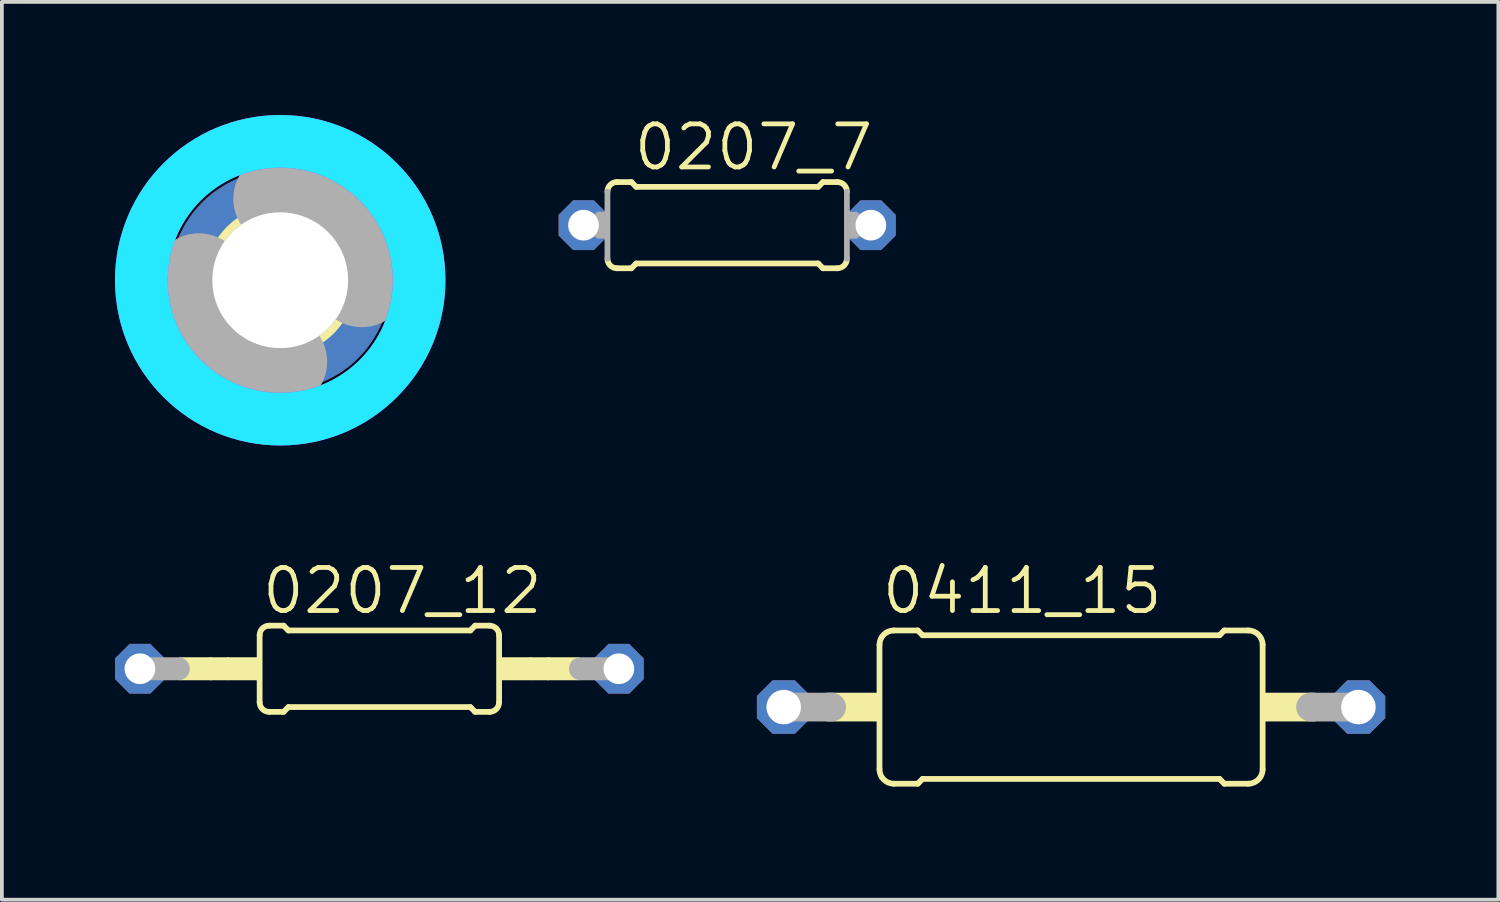
<source format=kicad_pcb>
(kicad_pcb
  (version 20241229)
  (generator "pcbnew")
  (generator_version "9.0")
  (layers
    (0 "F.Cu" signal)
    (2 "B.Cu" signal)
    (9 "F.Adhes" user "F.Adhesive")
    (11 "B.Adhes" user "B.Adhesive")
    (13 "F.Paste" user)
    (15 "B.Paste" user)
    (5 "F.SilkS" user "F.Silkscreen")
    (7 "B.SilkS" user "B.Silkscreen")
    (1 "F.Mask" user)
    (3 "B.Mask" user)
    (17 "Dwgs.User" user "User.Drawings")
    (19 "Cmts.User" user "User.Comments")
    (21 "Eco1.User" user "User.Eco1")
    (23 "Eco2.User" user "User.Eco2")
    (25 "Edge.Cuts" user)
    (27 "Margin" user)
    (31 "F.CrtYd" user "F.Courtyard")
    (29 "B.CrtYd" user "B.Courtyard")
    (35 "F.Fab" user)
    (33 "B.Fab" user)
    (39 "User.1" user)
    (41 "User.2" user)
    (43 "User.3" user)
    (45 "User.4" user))
  (footprint "0207_12"
    (layer "F.Cu")
    (at 7.01 14.684)
    (property "Reference" "0207_12" (at -3.175 -1.397 0) (layer "F.SilkS") (effects (font (size 1.143 1.143) (thickness 0.127)) (justify left bottom)))
    (fp_line (start -4.445 0) (end -4.064 0) (stroke (width 0.61) (type solid)) (layer "F.SilkS"))
    (fp_line (start -3.175 0.889) (end -3.175 -0.889) (stroke (width 0.152) (type solid)) (layer "F.SilkS"))
    (fp_line (start -2.921 -1.143) (end -2.54 -1.143) (stroke (width 0.152) (type solid)) (layer "F.SilkS"))
    (fp_line (start -2.921 1.143) (end -2.54 1.143) (stroke (width 0.152) (type solid)) (layer "F.SilkS"))
    (fp_line (start -2.413 -1.016) (end -2.54 -1.143) (stroke (width 0.152) (type solid)) (layer "F.SilkS"))
    (fp_line (start -2.413 1.016) (end -2.54 1.143) (stroke (width 0.152) (type solid)) (layer "F.SilkS"))
    (fp_line (start 2.413 -1.016) (end -2.413 -1.016) (stroke (width 0.152) (type solid)) (layer "F.SilkS"))
    (fp_line (start 2.413 -1.016) (end 2.54 -1.143) (stroke (width 0.152) (type solid)) (layer "F.SilkS"))
    (fp_line (start 2.413 1.016) (end -2.413 1.016) (stroke (width 0.152) (type solid)) (layer "F.SilkS"))
    (fp_line (start 2.413 1.016) (end 2.54 1.143) (stroke (width 0.152) (type solid)) (layer "F.SilkS"))
    (fp_line (start 2.921 -1.143) (end 2.54 -1.143) (stroke (width 0.152) (type solid)) (layer "F.SilkS"))
    (fp_line (start 2.921 1.143) (end 2.54 1.143) (stroke (width 0.152) (type solid)) (layer "F.SilkS"))
    (fp_line (start 3.175 0.889) (end 3.175 -0.889) (stroke (width 0.152) (type solid)) (layer "F.SilkS"))
    (fp_line (start 4.445 0) (end 4.064 0) (stroke (width 0.61) (type solid)) (layer "F.SilkS"))
    (fp_arc (start -3.175 -0.889) (mid -3.100605 -1.068605) (end -2.921 -1.143) (stroke (width 0.1524) (type solid)) (layer "F.SilkS"))
    (fp_arc (start -2.921 1.143) (mid -3.100605 1.068605) (end -3.175 0.889) (stroke (width 0.1524) (type solid)) (layer "F.SilkS"))
    (fp_arc (start 2.921 -1.143) (mid 3.100605 -1.068605) (end 3.175 -0.889) (stroke (width 0.1524) (type solid)) (layer "F.SilkS"))
    (fp_arc (start 3.175 0.889) (mid 3.100605 1.068605) (end 2.921 1.143) (stroke (width 0.1524) (type solid)) (layer "F.SilkS"))
    (fp_poly (pts (xy -5.309 0.305) (xy -4.445 0.305) (xy -4.445 -0.305) (xy -5.309 -0.305)) (stroke (width 0) (type solid)) (fill yes) (layer "F.SilkS"))
    (fp_poly (pts (xy -4.039 0.305) (xy -3.175 0.305) (xy -3.175 -0.305) (xy -4.039 -0.305)) (stroke (width 0) (type solid)) (fill yes) (layer "F.SilkS"))
    (fp_poly (pts (xy 3.175 0.305) (xy 4.039 0.305) (xy 4.039 -0.305) (xy 3.175 -0.305)) (stroke (width 0) (type solid)) (fill yes) (layer "F.SilkS"))
    (fp_poly (pts (xy 4.445 0.305) (xy 5.309 0.305) (xy 5.309 -0.305) (xy 4.445 -0.305)) (stroke (width 0) (type solid)) (fill yes) (layer "F.SilkS"))
    (fp_line (start -6.35 0) (end -5.334 0) (stroke (width 0.61) (type solid)) (layer "F.Fab"))
    (fp_line (start 6.35 0) (end 5.334 0) (stroke (width 0.61) (type solid)) (layer "F.Fab"))
    (pad "1" thru_hole roundrect (at -6.35 0) (size 1.321 1.321) (drill 0.813) (layers "*.Cu" "*.Mask") (roundrect_rratio 0.25) (chamfer_ratio 0.293) (chamfer top_left top_right bottom_left bottom_right))
    (pad "2" thru_hole roundrect (at 6.35 0) (size 1.321 1.321) (drill 0.813) (layers "*.Cu" "*.Mask") (roundrect_rratio 0.25) (chamfer_ratio 0.293) (chamfer top_left top_right bottom_left bottom_right)))
  (footprint "0411_15"
    (layer "F.Cu")
    (at 25.352 15.7)
    (property "Reference" "0411_15" (at -5.08 -2.413 0) (layer "F.SilkS") (effects (font (size 1.143 1.143) (thickness 0.127)) (justify left bottom)))
    (fp_line (start -5.08 -1.651) (end -5.08 1.651) (stroke (width 0.152) (type solid)) (layer "F.SilkS"))
    (fp_line (start -4.699 -2.032) (end -4.064 -2.032) (stroke (width 0.152) (type solid)) (layer "F.SilkS"))
    (fp_line (start -4.699 2.032) (end -4.064 2.032) (stroke (width 0.152) (type solid)) (layer "F.SilkS"))
    (fp_line (start -3.937 -1.905) (end -4.064 -2.032) (stroke (width 0.152) (type solid)) (layer "F.SilkS"))
    (fp_line (start -3.937 -1.905) (end 3.937 -1.905) (stroke (width 0.152) (type solid)) (layer "F.SilkS"))
    (fp_line (start -3.937 1.905) (end -4.064 2.032) (stroke (width 0.152) (type solid)) (layer "F.SilkS"))
    (fp_line (start -3.937 1.905) (end 3.937 1.905) (stroke (width 0.152) (type solid)) (layer "F.SilkS"))
    (fp_line (start 3.937 -1.905) (end 4.064 -2.032) (stroke (width 0.152) (type solid)) (layer "F.SilkS"))
    (fp_line (start 3.937 1.905) (end 4.064 2.032) (stroke (width 0.152) (type solid)) (layer "F.SilkS"))
    (fp_line (start 4.699 -2.032) (end 4.064 -2.032) (stroke (width 0.152) (type solid)) (layer "F.SilkS"))
    (fp_line (start 4.699 2.032) (end 4.064 2.032) (stroke (width 0.152) (type solid)) (layer "F.SilkS"))
    (fp_line (start 5.08 1.651) (end 5.08 -1.651) (stroke (width 0.152) (type solid)) (layer "F.SilkS"))
    (fp_arc (start -5.08 -1.651) (mid -4.968408 -1.920408) (end -4.699 -2.032) (stroke (width 0.1524) (type solid)) (layer "F.SilkS"))
    (fp_arc (start -4.699 2.032) (mid -4.968408 1.920408) (end -5.08 1.651) (stroke (width 0.1524) (type solid)) (layer "F.SilkS"))
    (fp_arc (start 4.699 -2.032) (mid 4.968408 -1.920408) (end 5.08 -1.651) (stroke (width 0.1524) (type solid)) (layer "F.SilkS"))
    (fp_arc (start 5.08 1.651) (mid 4.968408 1.920408) (end 4.699 2.032) (stroke (width 0.1524) (type solid)) (layer "F.SilkS"))
    (fp_poly (pts (xy -6.477 0.381) (xy -5.08 0.381) (xy -5.08 -0.381) (xy -6.477 -0.381)) (stroke (width 0) (type solid)) (fill yes) (layer "F.SilkS"))
    (fp_poly (pts (xy 5.08 0.381) (xy 6.477 0.381) (xy 6.477 -0.381) (xy 5.08 -0.381)) (stroke (width 0) (type solid)) (fill yes) (layer "F.SilkS"))
    (fp_line (start -7.62 0) (end -6.35 0) (stroke (width 0.762) (type solid)) (layer "F.Fab"))
    (fp_line (start 6.35 0) (end 7.62 0) (stroke (width 0.762) (type solid)) (layer "F.Fab"))
    (pad "1" thru_hole roundrect (at -7.62 0) (size 1.422 1.422) (drill 0.914) (layers "*.Cu" "*.Mask") (roundrect_rratio 0.25) (chamfer_ratio 0.293) (chamfer top_left top_right bottom_left bottom_right))
    (pad "2" thru_hole roundrect (at 7.62 0) (size 1.422 1.422) (drill 0.914) (layers "*.Cu" "*.Mask") (roundrect_rratio 0.25) (chamfer_ratio 0.293) (chamfer top_left top_right bottom_left bottom_right)))
  (footprint "3,6-PAD"
    (layer "F.Cu")
    (at 4.381 4.381)
    (property "Reference" "3,6-PAD" (at 0 0 0) (layer "F.SilkS") (effects (font (size 1.27 1.27) (thickness 0.15))))
    (fp_circle (center 0 0) (end 1.9 0) (stroke (width 0.203) (type solid)) (fill no) (layer "F.SilkS"))
    (fp_circle (center 0 0) (end 3.429 0) (stroke (width 0.152) (type solid)) (fill no) (layer "F.SilkS"))
    (fp_circle (center 0 0) (end 3.683 0) (stroke (width 1.397) (type solid)) (fill no) (layer "B.CrtYd"))
    (fp_circle (center 0 0) (end 3.683 0) (stroke (width 1.397) (type solid)) (fill no) (layer "F.CrtYd"))
    (fp_arc (start 0 -2.159) (mid 1.526644 -1.526644) (end 2.159 0) (stroke (width 2.4892) (type solid)) (layer "F.Fab"))
    (fp_arc (start 0 2.159) (mid -1.526644 1.526644) (end -2.159 0) (stroke (width 2.4892) (type solid)) (layer "F.Fab"))
    (fp_circle (center 0 0) (end 0.762 0) (stroke (width 0.457) (type solid)) (fill no) (layer "F.Fab"))
    (pad "B3,6" thru_hole circle (at 0 0) (size 5.842 5.842) (drill 3.6) (layers "*.Cu" "*.Mask"))
    (zone (net_name "") (layers "F.Cu" "B.Cu") (hatch edge 0.508) (connect_pads) (min_thickness 0.254) (filled_areas_thickness no) (keepout (tracks allowed) (vias not_allowed) (pads allowed) (copperpour allowed) (footprints allowed)) (placement (enabled no)) (fill) (polygon (pts (xy 8.445 4.381) (xy 8.384 3.676) (xy 8.2 2.992) (xy 7.901 2.349) (xy 7.495 1.769) (xy 6.994 1.268) (xy 6.413 0.862) (xy 5.771 0.563) (xy 5.087 0.379) (xy 4.381 0.318) (xy 3.676 0.379) (xy 2.992 0.563) (xy 2.349 0.862) (xy 1.769 1.268) (xy 1.268 1.769) (xy 0.862 2.349) (xy 0.563 2.992) (xy 0.379 3.676) (xy 0.318 4.381) (xy 0.379 5.087) (xy 0.563 5.771) (xy 0.862 6.413) (xy 1.268 6.994) (xy 1.769 7.495) (xy 2.349 7.901) (xy 2.992 8.2) (xy 3.676 8.384) (xy 4.381 8.445) (xy 5.087 8.384) (xy 5.771 8.2) (xy 6.413 7.901) (xy 6.994 7.495) (xy 7.495 6.994) (xy 7.901 6.413) (xy 8.2 5.771) (xy 8.384 5.087))) (polygon (pts (xy 7.429 4.381) (xy 7.383 3.852) (xy 7.246 3.339) (xy 7.021 2.857) (xy 6.716 2.422) (xy 6.341 2.047) (xy 5.905 1.742) (xy 5.424 1.517) (xy 4.911 1.38) (xy 4.381 1.333) (xy 3.852 1.38) (xy 3.339 1.517) (xy 2.857 1.742) (xy 2.422 2.047) (xy 2.047 2.422) (xy 1.742 2.857) (xy 1.517 3.339) (xy 1.38 3.852) (xy 1.333 4.381) (xy 1.38 4.911) (xy 1.517 5.424) (xy 1.742 5.905) (xy 2.047 6.341) (xy 2.422 6.716) (xy 2.857 7.021) (xy 3.339 7.246) (xy 3.852 7.383) (xy 4.381 7.429) (xy 4.911 7.383) (xy 5.424 7.246) (xy 5.905 7.021) (xy 6.341 6.716) (xy 6.716 6.341) (xy 7.021 5.905) (xy 7.246 5.424) (xy 7.383 4.911)))))
  (footprint "0207_7"
    (layer "F.Cu")
    (at 16.233 2.921)
    (property "Reference" "0207_7" (at -2.54 -1.397 0) (layer "F.SilkS") (effects (font (size 1.143 1.143) (thickness 0.127)) (justify left bottom)))
    (fp_line (start -2.921 -1.143) (end -2.54 -1.143) (stroke (width 0.152) (type solid)) (layer "F.SilkS"))
    (fp_line (start -2.921 1.143) (end -2.54 1.143) (stroke (width 0.152) (type solid)) (layer "F.SilkS"))
    (fp_line (start -2.413 -1.016) (end -2.54 -1.143) (stroke (width 0.152) (type solid)) (layer "F.SilkS"))
    (fp_line (start -2.413 1.016) (end -2.54 1.143) (stroke (width 0.152) (type solid)) (layer "F.SilkS"))
    (fp_line (start 2.413 -1.016) (end -2.413 -1.016) (stroke (width 0.152) (type solid)) (layer "F.SilkS"))
    (fp_line (start 2.413 -1.016) (end 2.54 -1.143) (stroke (width 0.152) (type solid)) (layer "F.SilkS"))
    (fp_line (start 2.413 1.016) (end -2.413 1.016) (stroke (width 0.152) (type solid)) (layer "F.SilkS"))
    (fp_line (start 2.413 1.016) (end 2.54 1.143) (stroke (width 0.152) (type solid)) (layer "F.SilkS"))
    (fp_line (start 2.921 -1.143) (end 2.54 -1.143) (stroke (width 0.152) (type solid)) (layer "F.SilkS"))
    (fp_line (start 2.921 1.143) (end 2.54 1.143) (stroke (width 0.152) (type solid)) (layer "F.SilkS"))
    (fp_arc (start -3.175 -0.889) (mid -3.100605 -1.068605) (end -2.921 -1.143) (stroke (width 0.1524) (type solid)) (layer "F.SilkS"))
    (fp_arc (start -2.921 1.143) (mid -3.100605 1.068605) (end -3.175 0.889) (stroke (width 0.1524) (type solid)) (layer "F.SilkS"))
    (fp_arc (start 2.921 -1.143) (mid 3.100605 -1.068605) (end 3.175 -0.889) (stroke (width 0.1524) (type solid)) (layer "F.SilkS"))
    (fp_arc (start 3.175 0.889) (mid 3.100605 1.068605) (end 2.921 1.143) (stroke (width 0.1524) (type solid)) (layer "F.SilkS"))
    (fp_line (start -3.81 0) (end -3.429 0) (stroke (width 0.61) (type solid)) (layer "F.Fab"))
    (fp_line (start -3.175 0.889) (end -3.175 -0.889) (stroke (width 0.152) (type solid)) (layer "F.Fab"))
    (fp_line (start 3.175 0.889) (end 3.175 -0.889) (stroke (width 0.152) (type solid)) (layer "F.Fab"))
    (fp_line (start 3.429 0) (end 3.81 0) (stroke (width 0.61) (type solid)) (layer "F.Fab"))
    (fp_poly (pts (xy -3.429 0.305) (xy -3.175 0.305) (xy -3.175 -0.305) (xy -3.429 -0.305)) (stroke (width 0.1) (type solid)) (fill no) (layer "F.Fab"))
    (fp_poly (pts (xy 3.175 0.305) (xy 3.429 0.305) (xy 3.429 -0.305) (xy 3.175 -0.305)) (stroke (width 0.1) (type solid)) (fill no) (layer "F.Fab"))
    (pad "1" thru_hole roundrect (at -3.81 0) (size 1.321 1.321) (drill 0.813) (layers "*.Cu" "*.Mask") (roundrect_rratio 0.25) (chamfer_ratio 0.293) (chamfer top_left top_right bottom_left bottom_right))
    (pad "2" thru_hole roundrect (at 3.81 0) (size 1.321 1.321) (drill 0.813) (layers "*.Cu" "*.Mask") (roundrect_rratio 0.25) (chamfer_ratio 0.293) (chamfer top_left top_right bottom_left bottom_right)))
  (gr_rect
    (start -3 -3)
    (end 36.683 20.808)
    (stroke (width 0.1) (type default))
    (fill no)
    (layer "Edge.Cuts")))
</source>
